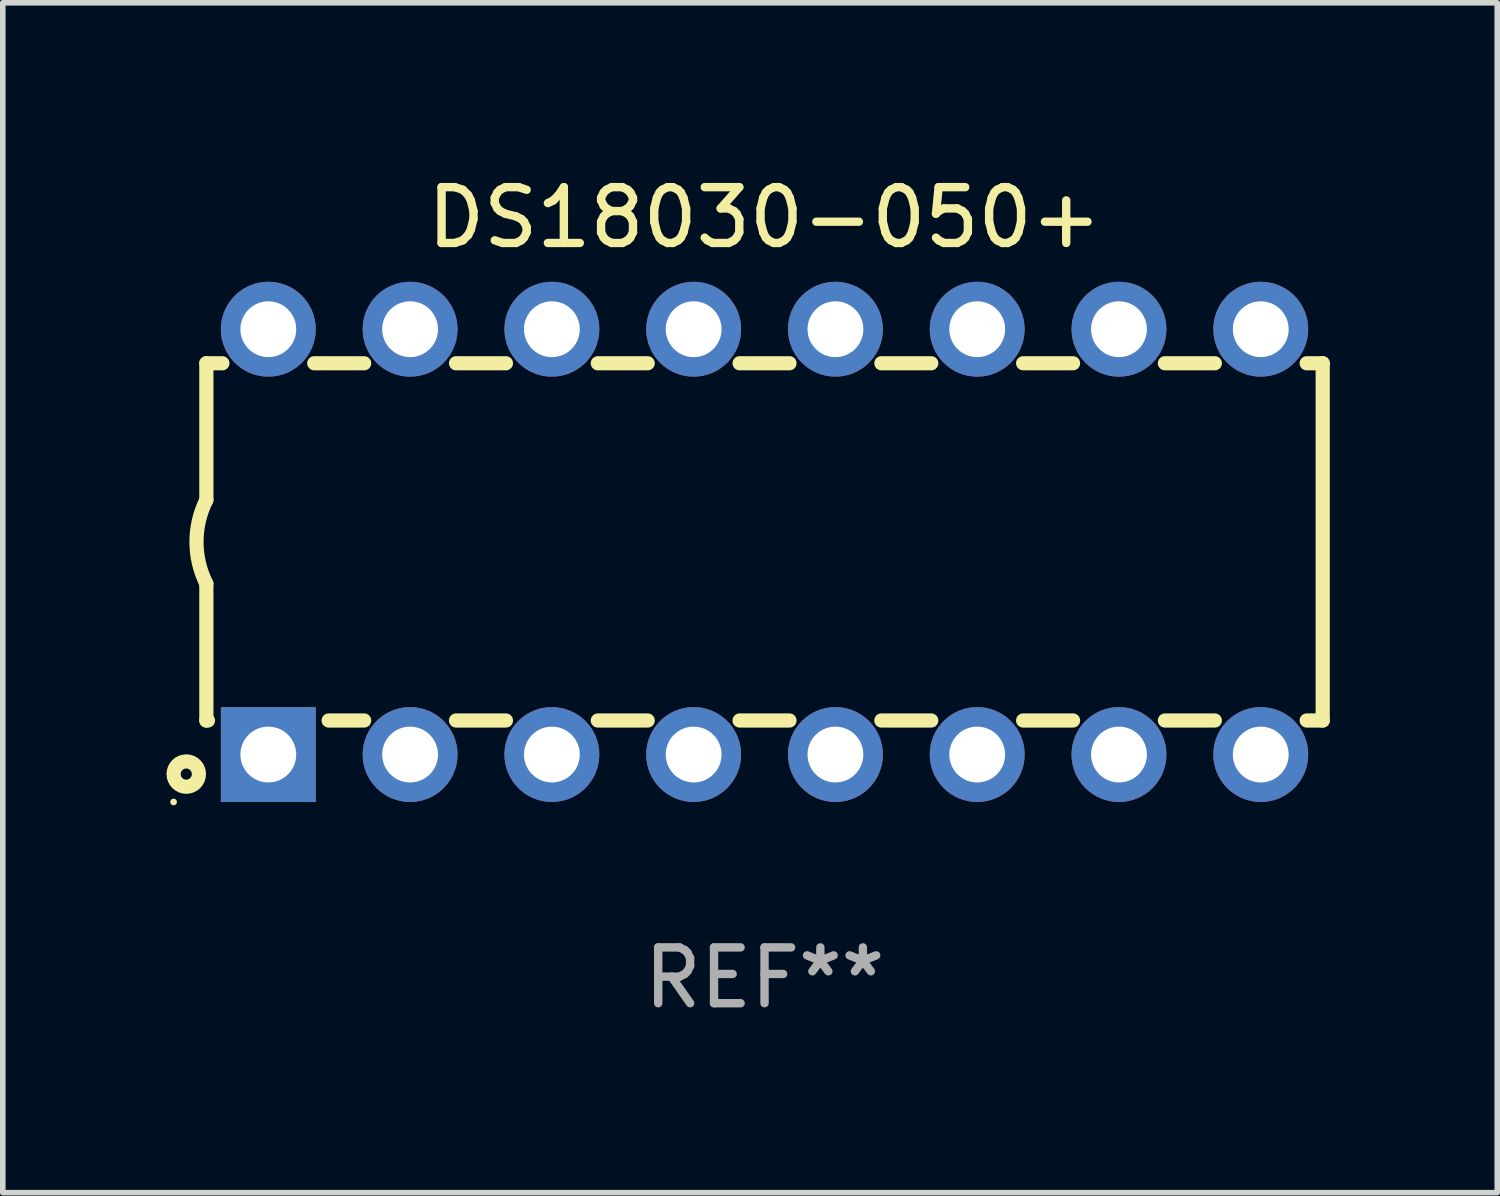
<source format=kicad_pcb>
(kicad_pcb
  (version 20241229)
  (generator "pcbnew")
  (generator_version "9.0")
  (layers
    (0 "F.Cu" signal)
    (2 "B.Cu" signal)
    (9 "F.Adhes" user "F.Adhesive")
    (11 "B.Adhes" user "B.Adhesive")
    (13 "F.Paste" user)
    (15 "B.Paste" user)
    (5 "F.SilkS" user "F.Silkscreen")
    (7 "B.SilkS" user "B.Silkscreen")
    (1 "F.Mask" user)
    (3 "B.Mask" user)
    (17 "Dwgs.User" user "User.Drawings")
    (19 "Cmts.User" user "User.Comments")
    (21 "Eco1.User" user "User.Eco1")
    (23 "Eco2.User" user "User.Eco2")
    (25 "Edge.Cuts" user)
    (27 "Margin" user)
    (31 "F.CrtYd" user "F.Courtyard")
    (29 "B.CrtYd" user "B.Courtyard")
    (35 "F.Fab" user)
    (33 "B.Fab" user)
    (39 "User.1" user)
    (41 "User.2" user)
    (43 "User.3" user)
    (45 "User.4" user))
  (footprint "DS18030-050+"
    (layer "F.Cu")
    (at 10.647 6.658)
    (property "Reference" "DS18030-050+" (at 0 -5.81 0) (layer "F.SilkS") (effects (font (size 1 1) (thickness 0.15))))
    (attr through_hole)
    (fp_line (start -10 -3.2) (end -10 -0.75) (stroke (width 0.254) (type solid)) (layer "F.SilkS"))
    (fp_line (start -10 -3.2) (end -9.713 -3.2) (stroke (width 0.254) (type solid)) (layer "F.SilkS"))
    (fp_line (start -10 3.2) (end -10 0.75) (stroke (width 0.254) (type solid)) (layer "F.SilkS"))
    (fp_line (start -10 3.2) (end -9.971 3.2) (stroke (width 0.254) (type solid)) (layer "F.SilkS"))
    (fp_line (start -8.067 -3.2) (end -7.173 -3.2) (stroke (width 0.254) (type solid)) (layer "F.SilkS"))
    (fp_line (start -7.809 3.2) (end -7.173 3.2) (stroke (width 0.254) (type solid)) (layer "F.SilkS"))
    (fp_line (start -5.527 3.2) (end -4.633 3.2) (stroke (width 0.254) (type solid)) (layer "F.SilkS"))
    (fp_line (start -5.527 -3.2) (end -4.633 -3.2) (stroke (width 0.254) (type solid)) (layer "F.SilkS"))
    (fp_line (start -2.987 3.2) (end -2.093 3.2) (stroke (width 0.254) (type solid)) (layer "F.SilkS"))
    (fp_line (start -2.987 -3.2) (end -2.093 -3.2) (stroke (width 0.254) (type solid)) (layer "F.SilkS"))
    (fp_line (start -0.447 3.2) (end 0.447 3.2) (stroke (width 0.254) (type solid)) (layer "F.SilkS"))
    (fp_line (start -0.447 -3.2) (end 0.447 -3.2) (stroke (width 0.254) (type solid)) (layer "F.SilkS"))
    (fp_line (start 2.093 3.2) (end 2.987 3.2) (stroke (width 0.254) (type solid)) (layer "F.SilkS"))
    (fp_line (start 2.093 -3.2) (end 2.987 -3.2) (stroke (width 0.254) (type solid)) (layer "F.SilkS"))
    (fp_line (start 4.633 3.2) (end 5.527 3.2) (stroke (width 0.254) (type solid)) (layer "F.SilkS"))
    (fp_line (start 4.633 -3.2) (end 5.527 -3.2) (stroke (width 0.254) (type solid)) (layer "F.SilkS"))
    (fp_line (start 7.173 3.2) (end 8.067 3.2) (stroke (width 0.254) (type solid)) (layer "F.SilkS"))
    (fp_line (start 7.173 -3.2) (end 8.067 -3.2) (stroke (width 0.254) (type solid)) (layer "F.SilkS"))
    (fp_line (start 9.713 3.2) (end 10 3.2) (stroke (width 0.254) (type solid)) (layer "F.SilkS"))
    (fp_line (start 9.713 -3.2) (end 10 -3.2) (stroke (width 0.254) (type solid)) (layer "F.SilkS"))
    (fp_line (start 10 -3.2) (end 10 3.2) (stroke (width 0.254) (type solid)) (layer "F.SilkS"))
    (fp_arc (start -10 0.748793) (mid -10.176918 -0.000607) (end -10.000025 -0.750013) (stroke (width 0.254001) (type solid)) (layer "F.SilkS"))
    (fp_circle (center -10.587 4.66) (end -10.557 4.66) (stroke (width 0.06) (type solid)) (fill no) (layer "F.SilkS"))
    (fp_circle (center -10.36 4.16) (end -10.26 4.16) (stroke (width 0.254) (type solid)) (fill no) (layer "F.SilkS"))
    (fp_text user "REF**" (at 0 7.81 0) (layer "F.Fab") (effects (font (size 1 1) (thickness 0.15))))
    (pad "1" thru_hole rect (at -8.89 3.81 90) (size 1.7 1.7) (drill 1) (layers "*.Cu" "*.Mask"))
    (pad "2" thru_hole circle (at -6.35 3.81) (size 1.7 1.7) (drill 1) (layers "*.Cu" "*.Mask"))
    (pad "3" thru_hole circle (at -3.81 3.81) (size 1.7 1.7) (drill 1) (layers "*.Cu" "*.Mask"))
    (pad "4" thru_hole circle (at -1.27 3.81) (size 1.7 1.7) (drill 1) (layers "*.Cu" "*.Mask"))
    (pad "5" thru_hole circle (at 1.27 3.81) (size 1.7 1.7) (drill 1) (layers "*.Cu" "*.Mask"))
    (pad "6" thru_hole circle (at 3.81 3.81) (size 1.7 1.7) (drill 1) (layers "*.Cu" "*.Mask"))
    (pad "7" thru_hole circle (at 6.35 3.81) (size 1.7 1.7) (drill 1) (layers "*.Cu" "*.Mask"))
    (pad "8" thru_hole circle (at 8.89 3.81) (size 1.7 1.7) (drill 1) (layers "*.Cu" "*.Mask"))
    (pad "9" thru_hole circle (at 8.89 -3.81) (size 1.7 1.7) (drill 1) (layers "*.Cu" "*.Mask"))
    (pad "10" thru_hole circle (at 6.35 -3.81) (size 1.7 1.7) (drill 1) (layers "*.Cu" "*.Mask"))
    (pad "11" thru_hole circle (at 3.81 -3.81) (size 1.7 1.7) (drill 1) (layers "*.Cu" "*.Mask"))
    (pad "12" thru_hole circle (at 1.27 -3.81) (size 1.7 1.7) (drill 1) (layers "*.Cu" "*.Mask"))
    (pad "13" thru_hole circle (at -1.27 -3.81) (size 1.7 1.7) (drill 1) (layers "*.Cu" "*.Mask"))
    (pad "14" thru_hole circle (at -3.81 -3.81) (size 1.7 1.7) (drill 1) (layers "*.Cu" "*.Mask"))
    (pad "15" thru_hole circle (at -6.35 -3.81) (size 1.7 1.7) (drill 1) (layers "*.Cu" "*.Mask"))
    (pad "16" thru_hole circle (at -8.89 -3.81) (size 1.7 1.7) (drill 1) (layers "*.Cu" "*.Mask")))
  (gr_rect
    (start -3 -3)
    (end 23.774 18.317)
    (stroke (width 0.1) (type default))
    (fill no)
    (layer "Edge.Cuts")))
</source>
